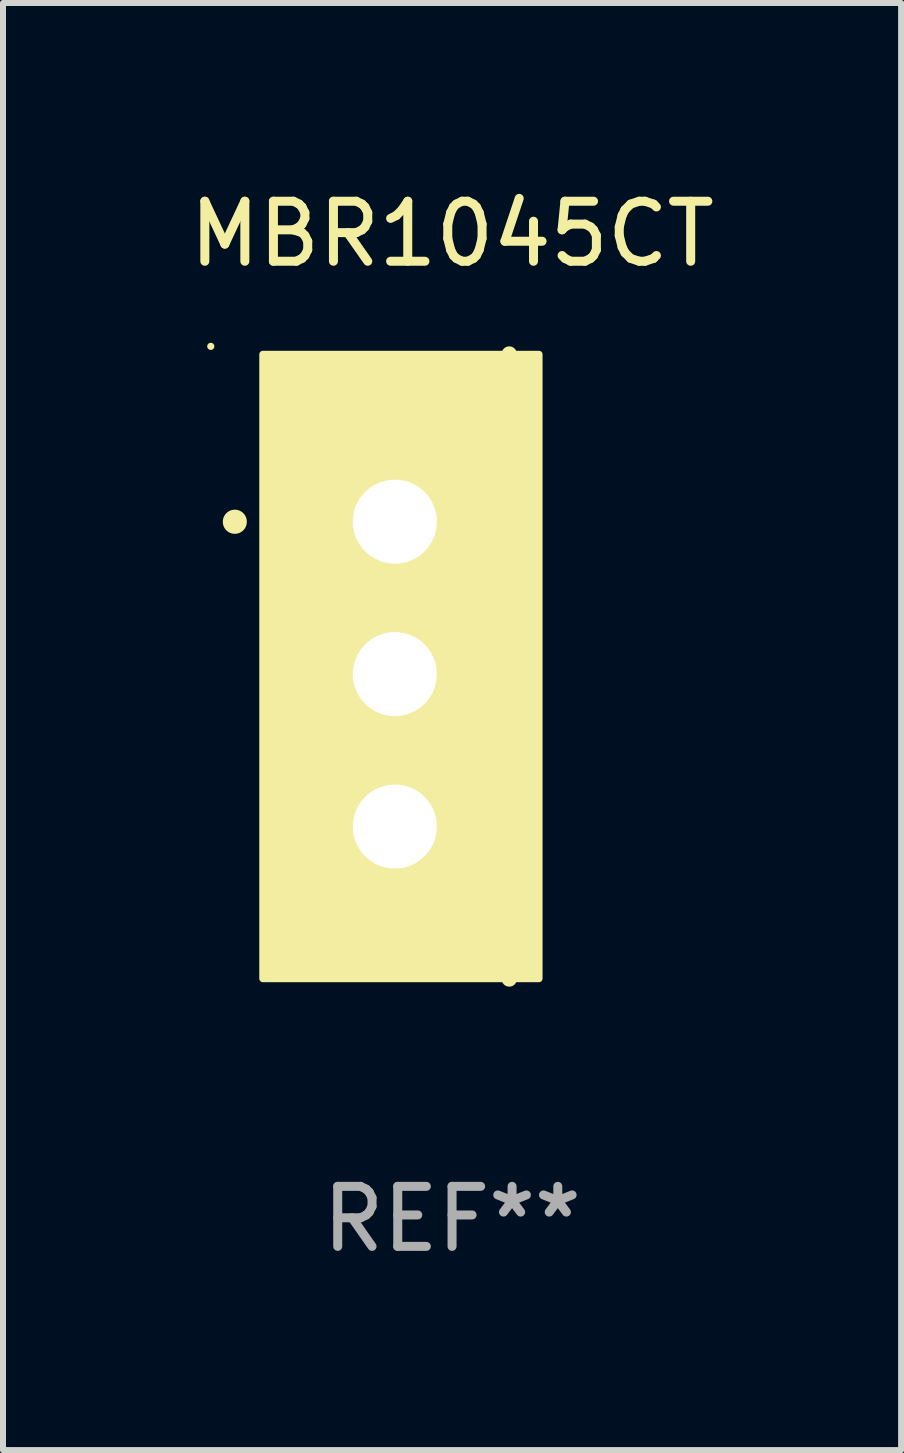
<source format=kicad_pcb>
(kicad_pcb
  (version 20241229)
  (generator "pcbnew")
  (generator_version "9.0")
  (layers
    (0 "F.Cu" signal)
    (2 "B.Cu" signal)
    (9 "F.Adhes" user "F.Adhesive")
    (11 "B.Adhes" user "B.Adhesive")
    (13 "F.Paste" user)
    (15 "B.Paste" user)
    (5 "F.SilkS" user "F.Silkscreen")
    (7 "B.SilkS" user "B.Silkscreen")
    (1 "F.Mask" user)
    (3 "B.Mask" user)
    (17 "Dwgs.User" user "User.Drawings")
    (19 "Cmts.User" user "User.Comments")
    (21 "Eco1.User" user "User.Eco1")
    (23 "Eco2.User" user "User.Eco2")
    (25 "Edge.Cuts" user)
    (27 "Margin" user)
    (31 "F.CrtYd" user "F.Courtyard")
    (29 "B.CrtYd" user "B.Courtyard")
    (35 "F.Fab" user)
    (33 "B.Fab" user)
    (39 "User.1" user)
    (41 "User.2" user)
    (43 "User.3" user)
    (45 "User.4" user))
  (footprint "MBR1045CT"
    (layer "F.Cu")
    (at 4.482 8.055)
    (property "Reference" "MBR1045CT" (at 0 -7.207 0) (layer "F.SilkS") (effects (font (size 1 1) (thickness 0.15))))
    (attr through_hole)
    (fp_line (start 0.953 5.207) (end 0.953 -5.207) (stroke (width 0.254) (type solid)) (layer "F.SilkS"))
    (fp_arc (start -3.619507 -2.410465) (mid -3.619511 -2.411735) (end -3.619507 -2.413005) (stroke (width 0.4) (type solid)) (layer "F.SilkS"))
    (fp_circle (center -4.02 -5.334) (end -3.99 -5.334) (stroke (width 0.06) (type solid)) (fill no) (layer "F.SilkS"))
    (fp_poly (pts (xy -3.152 -5.2) (xy 1.448 -5.2) (xy 1.448 5.2) (xy -3.152 5.2)) (stroke (width 0.12) (type solid)) (fill yes) (layer "F.SilkS"))
    (fp_text user "REF**" (at 0 9.207 0) (layer "F.Fab") (effects (font (size 1 1) (thickness 0.15))))
    (pad "1" thru_hole rect (at -0.953 -2.413 270) (size 2 2.5) (drill 1.4) (layers "*.Cu" "*.Mask"))
    (pad "2" thru_hole oval (at -0.953 0.127 270) (size 2 2.5) (drill 1.4) (layers "*.Cu" "*.Mask"))
    (pad "3" thru_hole oval (at -0.953 2.667 270) (size 2 2.5) (drill 1.4) (layers "*.Cu" "*.Mask")))
  (gr_rect
    (start -3 -3)
    (end 11.964 21.111)
    (stroke (width 0.1) (type default))
    (fill no)
    (layer "Edge.Cuts")))
</source>
